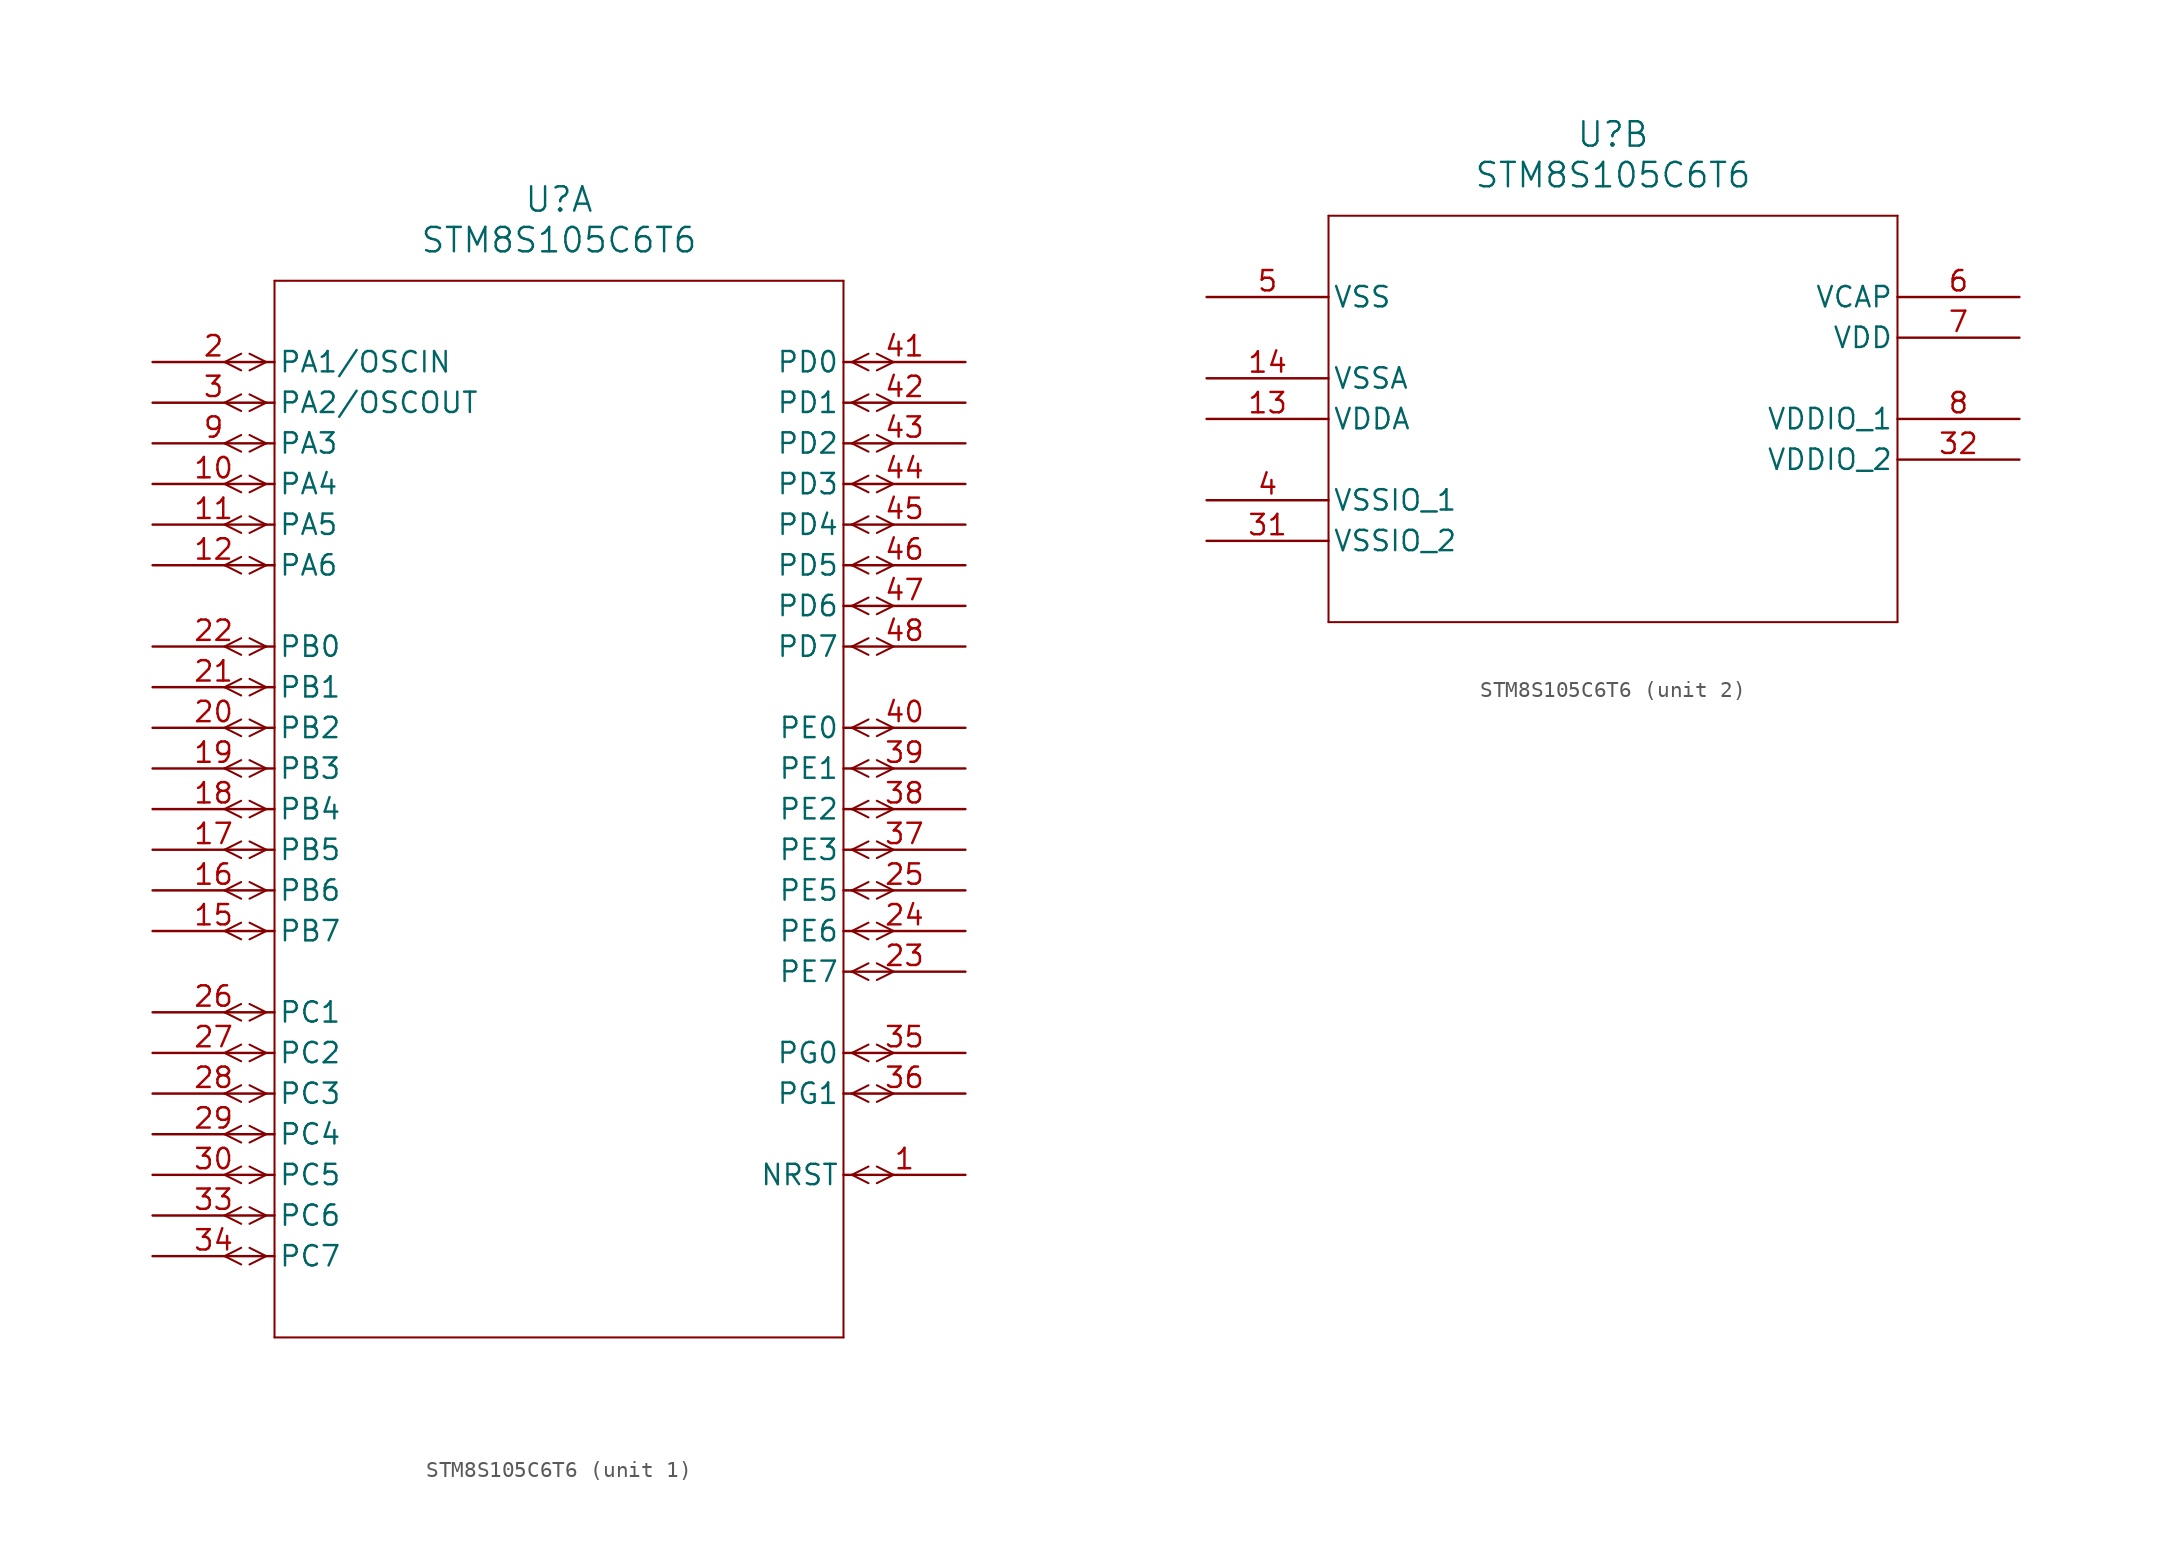
<source format=kicad_sym>
(kicad_symbol_lib
  (version 20211014)
  (generator kicad_symbol_editor)
  (symbol "STM8S105C6T6"
    (pin_names
      (offset 0.254))
    (property "Reference" "U"
      (at 25.4 10.16 0)
      (effects (font (size 1.524 1.524))))
    (property "Value" "STM8S105C6T6"
      (at 25.4 7.62 0)
      (effects (font (size 1.524 1.524))))
    (symbol "STM8S105C6T6_1_1"
      (polyline (pts (xy 7.099 0) (xy 6.058 0.521)) (stroke (width 0.127) (type default) (color 0 0 0 0)) (fill (type none)))
      (polyline (pts (xy 7.099 0) (xy 6.058 -0.521)) (stroke (width 0.127) (type default) (color 0 0 0 0)) (fill (type none)))
      (polyline (pts (xy 5.537 0.521) (xy 4.496 0)) (stroke (width 0.127) (type default) (color 0 0 0 0)) (fill (type none)))
      (polyline (pts (xy 5.537 -0.521) (xy 4.496 0)) (stroke (width 0.127) (type default) (color 0 0 0 0)) (fill (type none)))
      (polyline (pts (xy 7.099 -2.54) (xy 6.058 -2.019)) (stroke (width 0.127) (type default) (color 0 0 0 0)) (fill (type none)))
      (polyline (pts (xy 7.099 -2.54) (xy 6.058 -3.061)) (stroke (width 0.127) (type default) (color 0 0 0 0)) (fill (type none)))
      (polyline (pts (xy 5.537 -2.019) (xy 4.496 -2.54)) (stroke (width 0.127) (type default) (color 0 0 0 0)) (fill (type none)))
      (polyline (pts (xy 5.537 -3.061) (xy 4.496 -2.54)) (stroke (width 0.127) (type default) (color 0 0 0 0)) (fill (type none)))
      (polyline (pts (xy 7.099 -5.08) (xy 6.058 -4.559)) (stroke (width 0.127) (type default) (color 0 0 0 0)) (fill (type none)))
      (polyline (pts (xy 7.099 -5.08) (xy 6.058 -5.601)) (stroke (width 0.127) (type default) (color 0 0 0 0)) (fill (type none)))
      (polyline (pts (xy 5.537 -4.559) (xy 4.496 -5.08)) (stroke (width 0.127) (type default) (color 0 0 0 0)) (fill (type none)))
      (polyline (pts (xy 5.537 -5.601) (xy 4.496 -5.08)) (stroke (width 0.127) (type default) (color 0 0 0 0)) (fill (type none)))
      (polyline (pts (xy 7.099 -7.62) (xy 6.058 -7.099)) (stroke (width 0.127) (type default) (color 0 0 0 0)) (fill (type none)))
      (polyline (pts (xy 7.099 -7.62) (xy 6.058 -8.141)) (stroke (width 0.127) (type default) (color 0 0 0 0)) (fill (type none)))
      (polyline (pts (xy 5.537 -7.099) (xy 4.496 -7.62)) (stroke (width 0.127) (type default) (color 0 0 0 0)) (fill (type none)))
      (polyline (pts (xy 5.537 -8.141) (xy 4.496 -7.62)) (stroke (width 0.127) (type default) (color 0 0 0 0)) (fill (type none)))
      (polyline (pts (xy 7.099 -10.16) (xy 6.058 -9.639)) (stroke (width 0.127) (type default) (color 0 0 0 0)) (fill (type none)))
      (polyline (pts (xy 7.099 -10.16) (xy 6.058 -10.681)) (stroke (width 0.127) (type default) (color 0 0 0 0)) (fill (type none)))
      (polyline (pts (xy 5.537 -9.639) (xy 4.496 -10.16)) (stroke (width 0.127) (type default) (color 0 0 0 0)) (fill (type none)))
      (polyline (pts (xy 5.537 -10.681) (xy 4.496 -10.16)) (stroke (width 0.127) (type default) (color 0 0 0 0)) (fill (type none)))
      (polyline (pts (xy 7.099 -12.7) (xy 6.058 -12.179)) (stroke (width 0.127) (type default) (color 0 0 0 0)) (fill (type none)))
      (polyline (pts (xy 7.099 -12.7) (xy 6.058 -13.221)) (stroke (width 0.127) (type default) (color 0 0 0 0)) (fill (type none)))
      (polyline (pts (xy 5.537 -12.179) (xy 4.496 -12.7)) (stroke (width 0.127) (type default) (color 0 0 0 0)) (fill (type none)))
      (polyline (pts (xy 5.537 -13.221) (xy 4.496 -12.7)) (stroke (width 0.127) (type default) (color 0 0 0 0)) (fill (type none)))
      (polyline (pts (xy 7.099 -17.78) (xy 6.058 -17.259)) (stroke (width 0.127) (type default) (color 0 0 0 0)) (fill (type none)))
      (polyline (pts (xy 7.099 -17.78) (xy 6.058 -18.301)) (stroke (width 0.127) (type default) (color 0 0 0 0)) (fill (type none)))
      (polyline (pts (xy 5.537 -17.259) (xy 4.496 -17.78)) (stroke (width 0.127) (type default) (color 0 0 0 0)) (fill (type none)))
      (polyline (pts (xy 5.537 -18.301) (xy 4.496 -17.78)) (stroke (width 0.127) (type default) (color 0 0 0 0)) (fill (type none)))
      (polyline (pts (xy 7.099 -20.32) (xy 6.058 -19.799)) (stroke (width 0.127) (type default) (color 0 0 0 0)) (fill (type none)))
      (polyline (pts (xy 7.099 -20.32) (xy 6.058 -20.841)) (stroke (width 0.127) (type default) (color 0 0 0 0)) (fill (type none)))
      (polyline (pts (xy 5.537 -19.799) (xy 4.496 -20.32)) (stroke (width 0.127) (type default) (color 0 0 0 0)) (fill (type none)))
      (polyline (pts (xy 5.537 -20.841) (xy 4.496 -20.32)) (stroke (width 0.127) (type default) (color 0 0 0 0)) (fill (type none)))
      (polyline (pts (xy 7.099 -22.86) (xy 6.058 -22.339)) (stroke (width 0.127) (type default) (color 0 0 0 0)) (fill (type none)))
      (polyline (pts (xy 7.099 -22.86) (xy 6.058 -23.381)) (stroke (width 0.127) (type default) (color 0 0 0 0)) (fill (type none)))
      (polyline (pts (xy 5.537 -22.339) (xy 4.496 -22.86)) (stroke (width 0.127) (type default) (color 0 0 0 0)) (fill (type none)))
      (polyline (pts (xy 5.537 -23.381) (xy 4.496 -22.86)) (stroke (width 0.127) (type default) (color 0 0 0 0)) (fill (type none)))
      (polyline (pts (xy 7.099 -25.4) (xy 6.058 -24.879)) (stroke (width 0.127) (type default) (color 0 0 0 0)) (fill (type none)))
      (polyline (pts (xy 7.099 -25.4) (xy 6.058 -25.921)) (stroke (width 0.127) (type default) (color 0 0 0 0)) (fill (type none)))
      (polyline (pts (xy 5.537 -24.879) (xy 4.496 -25.4)) (stroke (width 0.127) (type default) (color 0 0 0 0)) (fill (type none)))
      (polyline (pts (xy 5.537 -25.921) (xy 4.496 -25.4)) (stroke (width 0.127) (type default) (color 0 0 0 0)) (fill (type none)))
      (polyline (pts (xy 7.099 -27.94) (xy 6.058 -27.419)) (stroke (width 0.127) (type default) (color 0 0 0 0)) (fill (type none)))
      (polyline (pts (xy 7.099 -27.94) (xy 6.058 -28.461)) (stroke (width 0.127) (type default) (color 0 0 0 0)) (fill (type none)))
      (polyline (pts (xy 5.537 -27.419) (xy 4.496 -27.94)) (stroke (width 0.127) (type default) (color 0 0 0 0)) (fill (type none)))
      (polyline (pts (xy 5.537 -28.461) (xy 4.496 -27.94)) (stroke (width 0.127) (type default) (color 0 0 0 0)) (fill (type none)))
      (polyline (pts (xy 7.099 -30.48) (xy 6.058 -29.959)) (stroke (width 0.127) (type default) (color 0 0 0 0)) (fill (type none)))
      (polyline (pts (xy 7.099 -30.48) (xy 6.058 -31.001)) (stroke (width 0.127) (type default) (color 0 0 0 0)) (fill (type none)))
      (polyline (pts (xy 5.537 -29.959) (xy 4.496 -30.48)) (stroke (width 0.127) (type default) (color 0 0 0 0)) (fill (type none)))
      (polyline (pts (xy 5.537 -31.001) (xy 4.496 -30.48)) (stroke (width 0.127) (type default) (color 0 0 0 0)) (fill (type none)))
      (polyline (pts (xy 7.099 -33.02) (xy 6.058 -32.499)) (stroke (width 0.127) (type default) (color 0 0 0 0)) (fill (type none)))
      (polyline (pts (xy 7.099 -33.02) (xy 6.058 -33.541)) (stroke (width 0.127) (type default) (color 0 0 0 0)) (fill (type none)))
      (polyline (pts (xy 5.537 -32.499) (xy 4.496 -33.02)) (stroke (width 0.127) (type default) (color 0 0 0 0)) (fill (type none)))
      (polyline (pts (xy 5.537 -33.541) (xy 4.496 -33.02)) (stroke (width 0.127) (type default) (color 0 0 0 0)) (fill (type none)))
      (polyline (pts (xy 7.099 -35.56) (xy 6.058 -35.039)) (stroke (width 0.127) (type default) (color 0 0 0 0)) (fill (type none)))
      (polyline (pts (xy 7.099 -35.56) (xy 6.058 -36.081)) (stroke (width 0.127) (type default) (color 0 0 0 0)) (fill (type none)))
      (polyline (pts (xy 5.537 -35.039) (xy 4.496 -35.56)) (stroke (width 0.127) (type default) (color 0 0 0 0)) (fill (type none)))
      (polyline (pts (xy 5.537 -36.081) (xy 4.496 -35.56)) (stroke (width 0.127) (type default) (color 0 0 0 0)) (fill (type none)))
      (polyline (pts (xy 7.099 -40.64) (xy 6.058 -40.119)) (stroke (width 0.127) (type default) (color 0 0 0 0)) (fill (type none)))
      (polyline (pts (xy 7.099 -40.64) (xy 6.058 -41.161)) (stroke (width 0.127) (type default) (color 0 0 0 0)) (fill (type none)))
      (polyline (pts (xy 5.537 -40.119) (xy 4.496 -40.64)) (stroke (width 0.127) (type default) (color 0 0 0 0)) (fill (type none)))
      (polyline (pts (xy 5.537 -41.161) (xy 4.496 -40.64)) (stroke (width 0.127) (type default) (color 0 0 0 0)) (fill (type none)))
      (polyline (pts (xy 7.099 -43.18) (xy 6.058 -42.659)) (stroke (width 0.127) (type default) (color 0 0 0 0)) (fill (type none)))
      (polyline (pts (xy 7.099 -43.18) (xy 6.058 -43.701)) (stroke (width 0.127) (type default) (color 0 0 0 0)) (fill (type none)))
      (polyline (pts (xy 5.537 -42.659) (xy 4.496 -43.18)) (stroke (width 0.127) (type default) (color 0 0 0 0)) (fill (type none)))
      (polyline (pts (xy 5.537 -43.701) (xy 4.496 -43.18)) (stroke (width 0.127) (type default) (color 0 0 0 0)) (fill (type none)))
      (polyline (pts (xy 7.099 -45.72) (xy 6.058 -45.199)) (stroke (width 0.127) (type default) (color 0 0 0 0)) (fill (type none)))
      (polyline (pts (xy 7.099 -45.72) (xy 6.058 -46.241)) (stroke (width 0.127) (type default) (color 0 0 0 0)) (fill (type none)))
      (polyline (pts (xy 5.537 -45.199) (xy 4.496 -45.72)) (stroke (width 0.127) (type default) (color 0 0 0 0)) (fill (type none)))
      (polyline (pts (xy 5.537 -46.241) (xy 4.496 -45.72)) (stroke (width 0.127) (type default) (color 0 0 0 0)) (fill (type none)))
      (polyline (pts (xy 7.099 -48.26) (xy 6.058 -47.739)) (stroke (width 0.127) (type default) (color 0 0 0 0)) (fill (type none)))
      (polyline (pts (xy 7.099 -48.26) (xy 6.058 -48.781)) (stroke (width 0.127) (type default) (color 0 0 0 0)) (fill (type none)))
      (polyline (pts (xy 5.537 -47.739) (xy 4.496 -48.26)) (stroke (width 0.127) (type default) (color 0 0 0 0)) (fill (type none)))
      (polyline (pts (xy 5.537 -48.781) (xy 4.496 -48.26)) (stroke (width 0.127) (type default) (color 0 0 0 0)) (fill (type none)))
      (polyline (pts (xy 7.099 -50.8) (xy 6.058 -50.279)) (stroke (width 0.127) (type default) (color 0 0 0 0)) (fill (type none)))
      (polyline (pts (xy 7.099 -50.8) (xy 6.058 -51.321)) (stroke (width 0.127) (type default) (color 0 0 0 0)) (fill (type none)))
      (polyline (pts (xy 5.537 -50.279) (xy 4.496 -50.8)) (stroke (width 0.127) (type default) (color 0 0 0 0)) (fill (type none)))
      (polyline (pts (xy 5.537 -51.321) (xy 4.496 -50.8)) (stroke (width 0.127) (type default) (color 0 0 0 0)) (fill (type none)))
      (polyline (pts (xy 7.099 -53.34) (xy 6.058 -52.819)) (stroke (width 0.127) (type default) (color 0 0 0 0)) (fill (type none)))
      (polyline (pts (xy 7.099 -53.34) (xy 6.058 -53.861)) (stroke (width 0.127) (type default) (color 0 0 0 0)) (fill (type none)))
      (polyline (pts (xy 5.537 -52.819) (xy 4.496 -53.34)) (stroke (width 0.127) (type default) (color 0 0 0 0)) (fill (type none)))
      (polyline (pts (xy 5.537 -53.861) (xy 4.496 -53.34)) (stroke (width 0.127) (type default) (color 0 0 0 0)) (fill (type none)))
      (polyline (pts (xy 7.099 -55.88) (xy 6.058 -55.359)) (stroke (width 0.127) (type default) (color 0 0 0 0)) (fill (type none)))
      (polyline (pts (xy 7.099 -55.88) (xy 6.058 -56.401)) (stroke (width 0.127) (type default) (color 0 0 0 0)) (fill (type none)))
      (polyline (pts (xy 5.537 -55.359) (xy 4.496 -55.88)) (stroke (width 0.127) (type default) (color 0 0 0 0)) (fill (type none)))
      (polyline (pts (xy 5.537 -56.401) (xy 4.496 -55.88)) (stroke (width 0.127) (type default) (color 0 0 0 0)) (fill (type none)))
      (polyline (pts (xy 43.701 0) (xy 44.742 0.521)) (stroke (width 0.127) (type default) (color 0 0 0 0)) (fill (type none)))
      (polyline (pts (xy 43.701 0) (xy 44.742 -0.521)) (stroke (width 0.127) (type default) (color 0 0 0 0)) (fill (type none)))
      (polyline (pts (xy 45.263 0.521) (xy 46.304 0)) (stroke (width 0.127) (type default) (color 0 0 0 0)) (fill (type none)))
      (polyline (pts (xy 45.263 -0.521) (xy 46.304 0)) (stroke (width 0.127) (type default) (color 0 0 0 0)) (fill (type none)))
      (polyline (pts (xy 43.701 -2.54) (xy 44.742 -2.019)) (stroke (width 0.127) (type default) (color 0 0 0 0)) (fill (type none)))
      (polyline (pts (xy 43.701 -2.54) (xy 44.742 -3.061)) (stroke (width 0.127) (type default) (color 0 0 0 0)) (fill (type none)))
      (polyline (pts (xy 45.263 -2.019) (xy 46.304 -2.54)) (stroke (width 0.127) (type default) (color 0 0 0 0)) (fill (type none)))
      (polyline (pts (xy 45.263 -3.061) (xy 46.304 -2.54)) (stroke (width 0.127) (type default) (color 0 0 0 0)) (fill (type none)))
      (polyline (pts (xy 43.701 -5.08) (xy 44.742 -4.559)) (stroke (width 0.127) (type default) (color 0 0 0 0)) (fill (type none)))
      (polyline (pts (xy 43.701 -5.08) (xy 44.742 -5.601)) (stroke (width 0.127) (type default) (color 0 0 0 0)) (fill (type none)))
      (polyline (pts (xy 45.263 -4.559) (xy 46.304 -5.08)) (stroke (width 0.127) (type default) (color 0 0 0 0)) (fill (type none)))
      (polyline (pts (xy 45.263 -5.601) (xy 46.304 -5.08)) (stroke (width 0.127) (type default) (color 0 0 0 0)) (fill (type none)))
      (polyline (pts (xy 43.701 -7.62) (xy 44.742 -7.099)) (stroke (width 0.127) (type default) (color 0 0 0 0)) (fill (type none)))
      (polyline (pts (xy 43.701 -7.62) (xy 44.742 -8.141)) (stroke (width 0.127) (type default) (color 0 0 0 0)) (fill (type none)))
      (polyline (pts (xy 45.263 -7.099) (xy 46.304 -7.62)) (stroke (width 0.127) (type default) (color 0 0 0 0)) (fill (type none)))
      (polyline (pts (xy 45.263 -8.141) (xy 46.304 -7.62)) (stroke (width 0.127) (type default) (color 0 0 0 0)) (fill (type none)))
      (polyline (pts (xy 43.701 -10.16) (xy 44.742 -9.639)) (stroke (width 0.127) (type default) (color 0 0 0 0)) (fill (type none)))
      (polyline (pts (xy 43.701 -10.16) (xy 44.742 -10.681)) (stroke (width 0.127) (type default) (color 0 0 0 0)) (fill (type none)))
      (polyline (pts (xy 45.263 -9.639) (xy 46.304 -10.16)) (stroke (width 0.127) (type default) (color 0 0 0 0)) (fill (type none)))
      (polyline (pts (xy 45.263 -10.681) (xy 46.304 -10.16)) (stroke (width 0.127) (type default) (color 0 0 0 0)) (fill (type none)))
      (polyline (pts (xy 43.701 -12.7) (xy 44.742 -12.179)) (stroke (width 0.127) (type default) (color 0 0 0 0)) (fill (type none)))
      (polyline (pts (xy 43.701 -12.7) (xy 44.742 -13.221)) (stroke (width 0.127) (type default) (color 0 0 0 0)) (fill (type none)))
      (polyline (pts (xy 45.263 -12.179) (xy 46.304 -12.7)) (stroke (width 0.127) (type default) (color 0 0 0 0)) (fill (type none)))
      (polyline (pts (xy 45.263 -13.221) (xy 46.304 -12.7)) (stroke (width 0.127) (type default) (color 0 0 0 0)) (fill (type none)))
      (polyline (pts (xy 43.701 -15.24) (xy 44.742 -14.719)) (stroke (width 0.127) (type default) (color 0 0 0 0)) (fill (type none)))
      (polyline (pts (xy 43.701 -15.24) (xy 44.742 -15.761)) (stroke (width 0.127) (type default) (color 0 0 0 0)) (fill (type none)))
      (polyline (pts (xy 45.263 -14.719) (xy 46.304 -15.24)) (stroke (width 0.127) (type default) (color 0 0 0 0)) (fill (type none)))
      (polyline (pts (xy 45.263 -15.761) (xy 46.304 -15.24)) (stroke (width 0.127) (type default) (color 0 0 0 0)) (fill (type none)))
      (polyline (pts (xy 43.701 -17.78) (xy 44.742 -17.259)) (stroke (width 0.127) (type default) (color 0 0 0 0)) (fill (type none)))
      (polyline (pts (xy 43.701 -17.78) (xy 44.742 -18.301)) (stroke (width 0.127) (type default) (color 0 0 0 0)) (fill (type none)))
      (polyline (pts (xy 45.263 -17.259) (xy 46.304 -17.78)) (stroke (width 0.127) (type default) (color 0 0 0 0)) (fill (type none)))
      (polyline (pts (xy 45.263 -18.301) (xy 46.304 -17.78)) (stroke (width 0.127) (type default) (color 0 0 0 0)) (fill (type none)))
      (polyline (pts (xy 43.701 -22.86) (xy 44.742 -22.339)) (stroke (width 0.127) (type default) (color 0 0 0 0)) (fill (type none)))
      (polyline (pts (xy 43.701 -22.86) (xy 44.742 -23.381)) (stroke (width 0.127) (type default) (color 0 0 0 0)) (fill (type none)))
      (polyline (pts (xy 45.263 -22.339) (xy 46.304 -22.86)) (stroke (width 0.127) (type default) (color 0 0 0 0)) (fill (type none)))
      (polyline (pts (xy 45.263 -23.381) (xy 46.304 -22.86)) (stroke (width 0.127) (type default) (color 0 0 0 0)) (fill (type none)))
      (polyline (pts (xy 43.701 -25.4) (xy 44.742 -24.879)) (stroke (width 0.127) (type default) (color 0 0 0 0)) (fill (type none)))
      (polyline (pts (xy 43.701 -25.4) (xy 44.742 -25.921)) (stroke (width 0.127) (type default) (color 0 0 0 0)) (fill (type none)))
      (polyline (pts (xy 45.263 -24.879) (xy 46.304 -25.4)) (stroke (width 0.127) (type default) (color 0 0 0 0)) (fill (type none)))
      (polyline (pts (xy 45.263 -25.921) (xy 46.304 -25.4)) (stroke (width 0.127) (type default) (color 0 0 0 0)) (fill (type none)))
      (polyline (pts (xy 43.701 -27.94) (xy 44.742 -27.419)) (stroke (width 0.127) (type default) (color 0 0 0 0)) (fill (type none)))
      (polyline (pts (xy 43.701 -27.94) (xy 44.742 -28.461)) (stroke (width 0.127) (type default) (color 0 0 0 0)) (fill (type none)))
      (polyline (pts (xy 45.263 -27.419) (xy 46.304 -27.94)) (stroke (width 0.127) (type default) (color 0 0 0 0)) (fill (type none)))
      (polyline (pts (xy 45.263 -28.461) (xy 46.304 -27.94)) (stroke (width 0.127) (type default) (color 0 0 0 0)) (fill (type none)))
      (polyline (pts (xy 43.701 -30.48) (xy 44.742 -29.959)) (stroke (width 0.127) (type default) (color 0 0 0 0)) (fill (type none)))
      (polyline (pts (xy 43.701 -30.48) (xy 44.742 -31.001)) (stroke (width 0.127) (type default) (color 0 0 0 0)) (fill (type none)))
      (polyline (pts (xy 45.263 -29.959) (xy 46.304 -30.48)) (stroke (width 0.127) (type default) (color 0 0 0 0)) (fill (type none)))
      (polyline (pts (xy 45.263 -31.001) (xy 46.304 -30.48)) (stroke (width 0.127) (type default) (color 0 0 0 0)) (fill (type none)))
      (polyline (pts (xy 43.701 -33.02) (xy 44.742 -32.499)) (stroke (width 0.127) (type default) (color 0 0 0 0)) (fill (type none)))
      (polyline (pts (xy 43.701 -33.02) (xy 44.742 -33.541)) (stroke (width 0.127) (type default) (color 0 0 0 0)) (fill (type none)))
      (polyline (pts (xy 45.263 -32.499) (xy 46.304 -33.02)) (stroke (width 0.127) (type default) (color 0 0 0 0)) (fill (type none)))
      (polyline (pts (xy 45.263 -33.541) (xy 46.304 -33.02)) (stroke (width 0.127) (type default) (color 0 0 0 0)) (fill (type none)))
      (polyline (pts (xy 43.701 -35.56) (xy 44.742 -35.039)) (stroke (width 0.127) (type default) (color 0 0 0 0)) (fill (type none)))
      (polyline (pts (xy 43.701 -35.56) (xy 44.742 -36.081)) (stroke (width 0.127) (type default) (color 0 0 0 0)) (fill (type none)))
      (polyline (pts (xy 45.263 -35.039) (xy 46.304 -35.56)) (stroke (width 0.127) (type default) (color 0 0 0 0)) (fill (type none)))
      (polyline (pts (xy 45.263 -36.081) (xy 46.304 -35.56)) (stroke (width 0.127) (type default) (color 0 0 0 0)) (fill (type none)))
      (polyline (pts (xy 43.701 -38.1) (xy 44.742 -37.579)) (stroke (width 0.127) (type default) (color 0 0 0 0)) (fill (type none)))
      (polyline (pts (xy 43.701 -38.1) (xy 44.742 -38.621)) (stroke (width 0.127) (type default) (color 0 0 0 0)) (fill (type none)))
      (polyline (pts (xy 45.263 -37.579) (xy 46.304 -38.1)) (stroke (width 0.127) (type default) (color 0 0 0 0)) (fill (type none)))
      (polyline (pts (xy 45.263 -38.621) (xy 46.304 -38.1)) (stroke (width 0.127) (type default) (color 0 0 0 0)) (fill (type none)))
      (polyline (pts (xy 43.701 -43.18) (xy 44.742 -42.659)) (stroke (width 0.127) (type default) (color 0 0 0 0)) (fill (type none)))
      (polyline (pts (xy 43.701 -43.18) (xy 44.742 -43.701)) (stroke (width 0.127) (type default) (color 0 0 0 0)) (fill (type none)))
      (polyline (pts (xy 45.263 -42.659) (xy 46.304 -43.18)) (stroke (width 0.127) (type default) (color 0 0 0 0)) (fill (type none)))
      (polyline (pts (xy 45.263 -43.701) (xy 46.304 -43.18)) (stroke (width 0.127) (type default) (color 0 0 0 0)) (fill (type none)))
      (polyline (pts (xy 43.701 -45.72) (xy 44.742 -45.199)) (stroke (width 0.127) (type default) (color 0 0 0 0)) (fill (type none)))
      (polyline (pts (xy 43.701 -45.72) (xy 44.742 -46.241)) (stroke (width 0.127) (type default) (color 0 0 0 0)) (fill (type none)))
      (polyline (pts (xy 45.263 -45.199) (xy 46.304 -45.72)) (stroke (width 0.127) (type default) (color 0 0 0 0)) (fill (type none)))
      (polyline (pts (xy 45.263 -46.241) (xy 46.304 -45.72)) (stroke (width 0.127) (type default) (color 0 0 0 0)) (fill (type none)))
      (polyline (pts (xy 43.701 -50.8) (xy 44.742 -50.279)) (stroke (width 0.127) (type default) (color 0 0 0 0)) (fill (type none)))
      (polyline (pts (xy 43.701 -50.8) (xy 44.742 -51.321)) (stroke (width 0.127) (type default) (color 0 0 0 0)) (fill (type none)))
      (polyline (pts (xy 45.263 -50.279) (xy 46.304 -50.8)) (stroke (width 0.127) (type default) (color 0 0 0 0)) (fill (type none)))
      (polyline (pts (xy 45.263 -51.321) (xy 46.304 -50.8)) (stroke (width 0.127) (type default) (color 0 0 0 0)) (fill (type none)))
      (polyline (pts (xy 7.62 5.08) (xy 7.62 -60.96)) (stroke (width 0.127) (type default) (color 0 0 0 0)) (fill (type none)))
      (polyline (pts (xy 7.62 -60.96) (xy 43.18 -60.96)) (stroke (width 0.127) (type default) (color 0 0 0 0)) (fill (type none)))
      (polyline (pts (xy 43.18 -60.96) (xy 43.18 5.08)) (stroke (width 0.127) (type default) (color 0 0 0 0)) (fill (type none)))
      (polyline (pts (xy 43.18 5.08) (xy 7.62 5.08)) (stroke (width 0.127) (type default) (color 0 0 0 0)) (fill (type none)))
      (pin bidirectional line (at 50.8 -50.8 180) (length 7.62) (name "NRST" (effects (font (size 1.27 1.27)))) (number "1" (effects (font (size 1.27 1.27)))))
      (pin bidirectional line (at 0 0 0) (length 7.62) (name "PA1/OSCIN" (effects (font (size 1.27 1.27)))) (number "2" (effects (font (size 1.27 1.27)))))
      (pin bidirectional line (at 0 -2.54 0) (length 7.62) (name "PA2/OSCOUT" (effects (font (size 1.27 1.27)))) (number "3" (effects (font (size 1.27 1.27)))))
      (pin bidirectional line (at 0 -5.08 0) (length 7.62) (name "PA3" (effects (font (size 1.27 1.27)))) (number "9" (effects (font (size 1.27 1.27)))))
      (pin bidirectional line (at 0 -7.62 0) (length 7.62) (name "PA4" (effects (font (size 1.27 1.27)))) (number "10" (effects (font (size 1.27 1.27)))))
      (pin bidirectional line (at 0 -10.16 0) (length 7.62) (name "PA5" (effects (font (size 1.27 1.27)))) (number "11" (effects (font (size 1.27 1.27)))))
      (pin bidirectional line (at 0 -12.7 0) (length 7.62) (name "PA6" (effects (font (size 1.27 1.27)))) (number "12" (effects (font (size 1.27 1.27)))))
      (pin bidirectional line (at 0 -35.56 0) (length 7.62) (name "PB7" (effects (font (size 1.27 1.27)))) (number "15" (effects (font (size 1.27 1.27)))))
      (pin bidirectional line (at 0 -33.02 0) (length 7.62) (name "PB6" (effects (font (size 1.27 1.27)))) (number "16" (effects (font (size 1.27 1.27)))))
      (pin bidirectional line (at 0 -30.48 0) (length 7.62) (name "PB5" (effects (font (size 1.27 1.27)))) (number "17" (effects (font (size 1.27 1.27)))))
      (pin bidirectional line (at 0 -27.94 0) (length 7.62) (name "PB4" (effects (font (size 1.27 1.27)))) (number "18" (effects (font (size 1.27 1.27)))))
      (pin bidirectional line (at 0 -25.4 0) (length 7.62) (name "PB3" (effects (font (size 1.27 1.27)))) (number "19" (effects (font (size 1.27 1.27)))))
      (pin bidirectional line (at 0 -22.86 0) (length 7.62) (name "PB2" (effects (font (size 1.27 1.27)))) (number "20" (effects (font (size 1.27 1.27)))))
      (pin bidirectional line (at 0 -20.32 0) (length 7.62) (name "PB1" (effects (font (size 1.27 1.27)))) (number "21" (effects (font (size 1.27 1.27)))))
      (pin bidirectional line (at 0 -17.78 0) (length 7.62) (name "PB0" (effects (font (size 1.27 1.27)))) (number "22" (effects (font (size 1.27 1.27)))))
      (pin bidirectional line (at 50.8 -38.1 180) (length 7.62) (name "PE7" (effects (font (size 1.27 1.27)))) (number "23" (effects (font (size 1.27 1.27)))))
      (pin bidirectional line (at 50.8 -35.56 180) (length 7.62) (name "PE6" (effects (font (size 1.27 1.27)))) (number "24" (effects (font (size 1.27 1.27)))))
      (pin bidirectional line (at 50.8 -33.02 180) (length 7.62) (name "PE5" (effects (font (size 1.27 1.27)))) (number "25" (effects (font (size 1.27 1.27)))))
      (pin bidirectional line (at 0 -40.64 0) (length 7.62) (name "PC1" (effects (font (size 1.27 1.27)))) (number "26" (effects (font (size 1.27 1.27)))))
      (pin bidirectional line (at 0 -43.18 0) (length 7.62) (name "PC2" (effects (font (size 1.27 1.27)))) (number "27" (effects (font (size 1.27 1.27)))))
      (pin bidirectional line (at 0 -45.72 0) (length 7.62) (name "PC3" (effects (font (size 1.27 1.27)))) (number "28" (effects (font (size 1.27 1.27)))))
      (pin bidirectional line (at 0 -48.26 0) (length 7.62) (name "PC4" (effects (font (size 1.27 1.27)))) (number "29" (effects (font (size 1.27 1.27)))))
      (pin bidirectional line (at 0 -50.8 0) (length 7.62) (name "PC5" (effects (font (size 1.27 1.27)))) (number "30" (effects (font (size 1.27 1.27)))))
      (pin bidirectional line (at 0 -53.34 0) (length 7.62) (name "PC6" (effects (font (size 1.27 1.27)))) (number "33" (effects (font (size 1.27 1.27)))))
      (pin bidirectional line (at 0 -55.88 0) (length 7.62) (name "PC7" (effects (font (size 1.27 1.27)))) (number "34" (effects (font (size 1.27 1.27)))))
      (pin bidirectional line (at 50.8 -43.18 180) (length 7.62) (name "PG0" (effects (font (size 1.27 1.27)))) (number "35" (effects (font (size 1.27 1.27)))))
      (pin bidirectional line (at 50.8 -45.72 180) (length 7.62) (name "PG1" (effects (font (size 1.27 1.27)))) (number "36" (effects (font (size 1.27 1.27)))))
      (pin bidirectional line (at 50.8 -30.48 180) (length 7.62) (name "PE3" (effects (font (size 1.27 1.27)))) (number "37" (effects (font (size 1.27 1.27)))))
      (pin bidirectional line (at 50.8 -27.94 180) (length 7.62) (name "PE2" (effects (font (size 1.27 1.27)))) (number "38" (effects (font (size 1.27 1.27)))))
      (pin bidirectional line (at 50.8 -25.4 180) (length 7.62) (name "PE1" (effects (font (size 1.27 1.27)))) (number "39" (effects (font (size 1.27 1.27)))))
      (pin bidirectional line (at 50.8 -22.86 180) (length 7.62) (name "PE0" (effects (font (size 1.27 1.27)))) (number "40" (effects (font (size 1.27 1.27)))))
      (pin bidirectional line (at 50.8 0 180) (length 7.62) (name "PD0" (effects (font (size 1.27 1.27)))) (number "41" (effects (font (size 1.27 1.27)))))
      (pin bidirectional line (at 50.8 -2.54 180) (length 7.62) (name "PD1" (effects (font (size 1.27 1.27)))) (number "42" (effects (font (size 1.27 1.27)))))
      (pin bidirectional line (at 50.8 -5.08 180) (length 7.62) (name "PD2" (effects (font (size 1.27 1.27)))) (number "43" (effects (font (size 1.27 1.27)))))
      (pin bidirectional line (at 50.8 -7.62 180) (length 7.62) (name "PD3" (effects (font (size 1.27 1.27)))) (number "44" (effects (font (size 1.27 1.27)))))
      (pin bidirectional line (at 50.8 -10.16 180) (length 7.62) (name "PD4" (effects (font (size 1.27 1.27)))) (number "45" (effects (font (size 1.27 1.27)))))
      (pin bidirectional line (at 50.8 -12.7 180) (length 7.62) (name "PD5" (effects (font (size 1.27 1.27)))) (number "46" (effects (font (size 1.27 1.27)))))
      (pin bidirectional line (at 50.8 -15.24 180) (length 7.62) (name "PD6" (effects (font (size 1.27 1.27)))) (number "47" (effects (font (size 1.27 1.27)))))
      (pin bidirectional line (at 50.8 -17.78 180) (length 7.62) (name "PD7" (effects (font (size 1.27 1.27)))) (number "48" (effects (font (size 1.27 1.27))))))
    (symbol "STM8S105C6T6_2_1"
      (polyline (pts (xy 7.62 5.08) (xy 7.62 -20.32)) (stroke (width 0.127) (type default) (color 0 0 0 0)) (fill (type none)))
      (polyline (pts (xy 7.62 -20.32) (xy 43.18 -20.32)) (stroke (width 0.127) (type default) (color 0 0 0 0)) (fill (type none)))
      (polyline (pts (xy 43.18 -20.32) (xy 43.18 5.08)) (stroke (width 0.127) (type default) (color 0 0 0 0)) (fill (type none)))
      (polyline (pts (xy 43.18 5.08) (xy 7.62 5.08)) (stroke (width 0.127) (type default) (color 0 0 0 0)) (fill (type none)))
      (pin power_in line (at 0 -12.7 0) (length 7.62) (name "VSSIO_1" (effects (font (size 1.27 1.27)))) (number "4" (effects (font (size 1.27 1.27)))))
      (pin power_in line (at 0 0 0) (length 7.62) (name "VSS" (effects (font (size 1.27 1.27)))) (number "5" (effects (font (size 1.27 1.27)))))
      (pin power_in line (at 50.8 0 180) (length 7.62) (name "VCAP" (effects (font (size 1.27 1.27)))) (number "6" (effects (font (size 1.27 1.27)))))
      (pin power_in line (at 50.8 -2.54 180) (length 7.62) (name "VDD" (effects (font (size 1.27 1.27)))) (number "7" (effects (font (size 1.27 1.27)))))
      (pin power_in line (at 50.8 -7.62 180) (length 7.62) (name "VDDIO_1" (effects (font (size 1.27 1.27)))) (number "8" (effects (font (size 1.27 1.27)))))
      (pin power_in line (at 0 -7.62 0) (length 7.62) (name "VDDA" (effects (font (size 1.27 1.27)))) (number "13" (effects (font (size 1.27 1.27)))))
      (pin power_in line (at 0 -5.08 0) (length 7.62) (name "VSSA" (effects (font (size 1.27 1.27)))) (number "14" (effects (font (size 1.27 1.27)))))
      (pin power_in line (at 0 -15.24 0) (length 7.62) (name "VSSIO_2" (effects (font (size 1.27 1.27)))) (number "31" (effects (font (size 1.27 1.27)))))
      (pin power_in line (at 50.8 -10.16 180) (length 7.62) (name "VDDIO_2" (effects (font (size 1.27 1.27)))) (number "32" (effects (font (size 1.27 1.27))))))))
</source>
